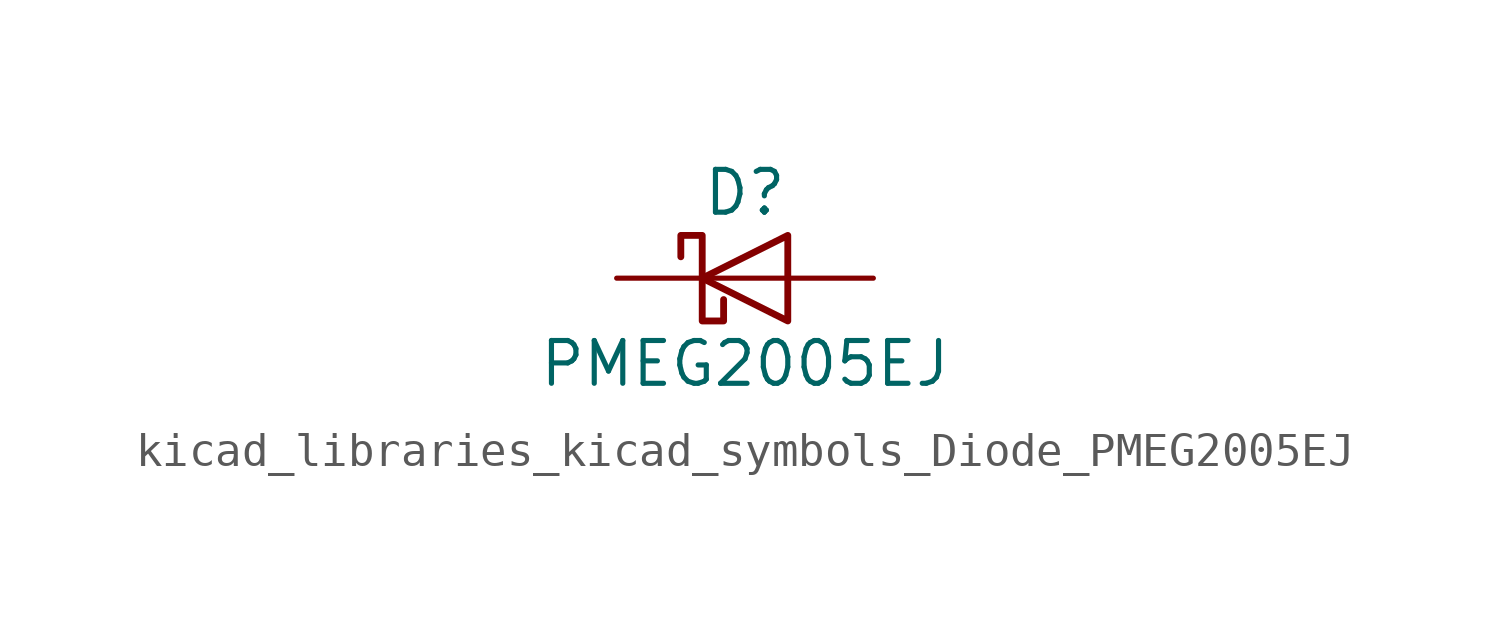
<source format=kicad_sym>
(kicad_symbol_lib
  (version 20220914)
  (generator kicad_symbol_editor)
  (symbol "kicad_libraries_kicad_symbols_Diode_PMEG2005EJ"
    (pin_numbers hide)
    (pin_names hide)
    (property "Reference" "D"
      (at 0 2.54 0)
      (effects (font (size 1.27 1.27))))
    (property "Value" "PMEG2005EJ"
      (at 0 -2.54 0)
      (effects (font (size 1.27 1.27))))
    (symbol "kicad_libraries_kicad_symbols_Diode_PMEG2005EJ_0_1"
      (polyline (pts (xy 1.27 0) (xy -1.27 0)) (stroke (width 0) (type default)) (fill (type none)))
      (polyline (pts (xy 1.27 1.27) (xy 1.27 -1.27) (xy -1.27 0) (xy 1.27 1.27)) (stroke (width 0.203) (type default)) (fill (type none)))
      (polyline (pts (xy -1.905 0.635) (xy -1.905 1.27) (xy -1.27 1.27) (xy -1.27 -1.27) (xy -0.635 -1.27) (xy -0.635 -0.635)) (stroke (width 0.203) (type default)) (fill (type none))))
    (symbol "kicad_libraries_kicad_symbols_Diode_PMEG2005EJ_1_1"
      (pin passive line (at -3.81 0 0) (length 2.54) (name "K" (effects (font (size 1.27 1.27)))) (number "1" (effects (font (size 1.27 1.27)))))
      (pin passive line (at 3.81 0 180) (length 2.54) (name "A" (effects (font (size 1.27 1.27)))) (number "2" (effects (font (size 1.27 1.27))))))))
</source>
